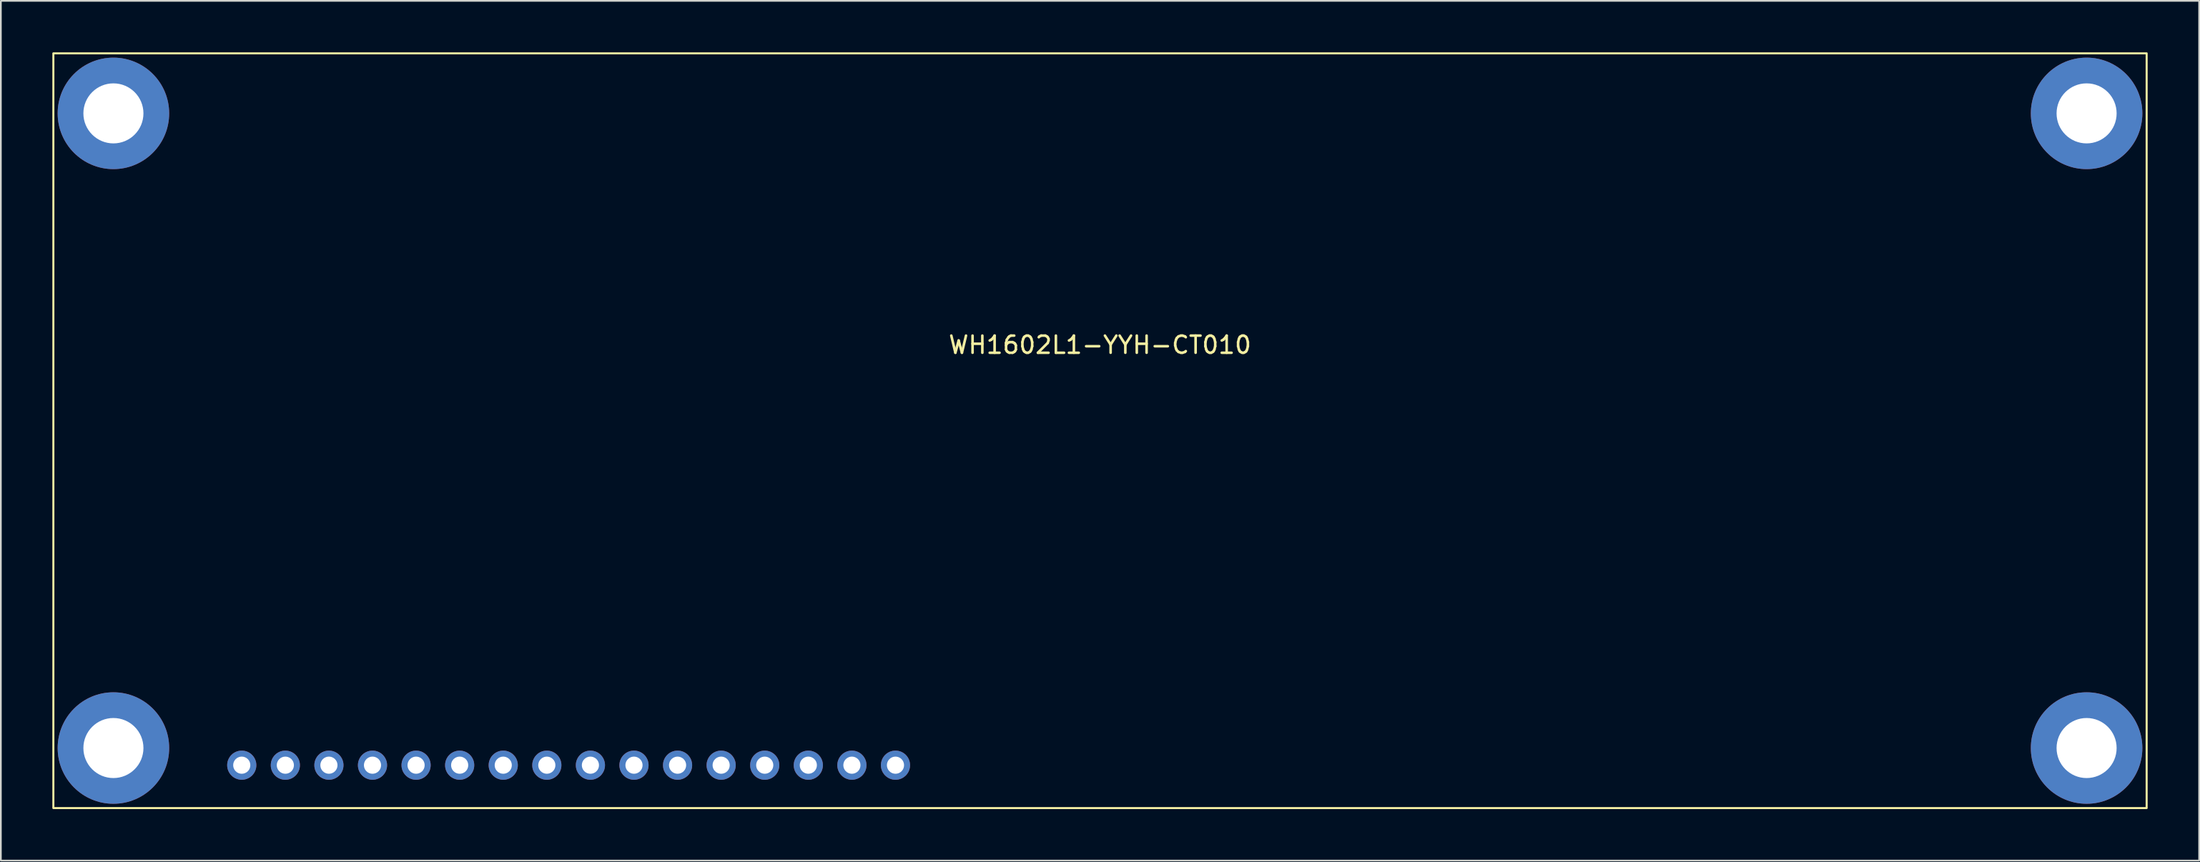
<source format=kicad_pcb>
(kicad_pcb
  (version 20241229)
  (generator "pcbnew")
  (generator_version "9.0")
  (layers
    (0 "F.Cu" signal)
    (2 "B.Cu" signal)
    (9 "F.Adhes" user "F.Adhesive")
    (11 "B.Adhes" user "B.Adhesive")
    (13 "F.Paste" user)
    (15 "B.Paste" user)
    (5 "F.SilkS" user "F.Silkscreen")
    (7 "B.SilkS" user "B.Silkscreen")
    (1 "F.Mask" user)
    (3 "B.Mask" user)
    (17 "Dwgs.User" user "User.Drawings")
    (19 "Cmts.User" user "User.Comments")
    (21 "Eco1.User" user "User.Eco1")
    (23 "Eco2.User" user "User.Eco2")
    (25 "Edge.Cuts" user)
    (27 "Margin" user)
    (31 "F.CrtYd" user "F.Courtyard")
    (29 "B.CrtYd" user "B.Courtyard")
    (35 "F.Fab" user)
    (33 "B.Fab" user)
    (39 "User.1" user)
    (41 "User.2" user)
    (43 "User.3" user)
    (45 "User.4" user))
  (footprint "WH1602L1-YYH-CT010"
    (layer "F.Cu")
    (at 61.06 22.06)
    (property "Reference" "WH1602L1-YYH-CT010" (at 0 -5 0) (unlocked yes) (layer "F.SilkS") (effects (font (size 1 1) (thickness 0.15))))
    (attr through_hole)
    (fp_rect (start -61 -22) (end 61 22) (stroke (width 0.12) (type default)) (fill no) (layer "F.SilkS"))
    (pad "" thru_hole circle (at -57.5 -18.5) (size 6.5 6.5) (drill 3.5) (layers "*.Cu" "*.Mask"))
    (pad "" thru_hole circle (at -57.5 18.5 180) (size 6.5 6.5) (drill 3.5) (layers "*.Cu" "*.Mask"))
    (pad "" thru_hole circle (at 57.5 -18.5) (size 6.5 6.5) (drill 3.5) (layers "*.Cu" "*.Mask"))
    (pad "" thru_hole circle (at 57.5 18.5 180) (size 6.5 6.5) (drill 3.5) (layers "*.Cu" "*.Mask"))
    (pad "1" thru_hole oval (at -17 19.5) (size 1.7 1.7) (drill 1) (layers "*.Cu" "*.Mask"))
    (pad "2" thru_hole oval (at -19.54 19.5) (size 1.7 1.7) (drill 1) (layers "*.Cu" "*.Mask"))
    (pad "3" thru_hole oval (at -22.08 19.5) (size 1.7 1.7) (drill 1) (layers "*.Cu" "*.Mask"))
    (pad "4" thru_hole oval (at -24.62 19.5) (size 1.7 1.7) (drill 1) (layers "*.Cu" "*.Mask"))
    (pad "5" thru_hole oval (at -27.16 19.5) (size 1.7 1.7) (drill 1) (layers "*.Cu" "*.Mask"))
    (pad "6" thru_hole oval (at -29.7 19.5) (size 1.7 1.7) (drill 1) (layers "*.Cu" "*.Mask"))
    (pad "7" thru_hole oval (at -32.24 19.5) (size 1.7 1.7) (drill 1) (layers "*.Cu" "*.Mask"))
    (pad "8" thru_hole oval (at -34.78 19.5) (size 1.7 1.7) (drill 1) (layers "*.Cu" "*.Mask"))
    (pad "9" thru_hole oval (at -37.32 19.5) (size 1.7 1.7) (drill 1) (layers "*.Cu" "*.Mask"))
    (pad "10" thru_hole oval (at -39.86 19.5) (size 1.7 1.7) (drill 1) (layers "*.Cu" "*.Mask"))
    (pad "11" thru_hole oval (at -42.4 19.5) (size 1.7 1.7) (drill 1) (layers "*.Cu" "*.Mask"))
    (pad "12" thru_hole oval (at -44.94 19.5) (size 1.7 1.7) (drill 1) (layers "*.Cu" "*.Mask"))
    (pad "13" thru_hole oval (at -47.48 19.5) (size 1.7 1.7) (drill 1) (layers "*.Cu" "*.Mask"))
    (pad "14" thru_hole oval (at -50.02 19.5) (size 1.7 1.7) (drill 1) (layers "*.Cu" "*.Mask"))
    (pad "15" thru_hole oval (at -11.92 19.5) (size 1.7 1.7) (drill 1) (layers "*.Cu" "*.Mask"))
    (pad "16" thru_hole oval (at -14.46 19.5) (size 1.7 1.7) (drill 1) (layers "*.Cu" "*.Mask")))
  (gr_rect
    (start -3 -3)
    (end 125.12 47.12)
    (stroke (width 0.1) (type default))
    (fill no)
    (layer "Edge.Cuts")))
</source>
